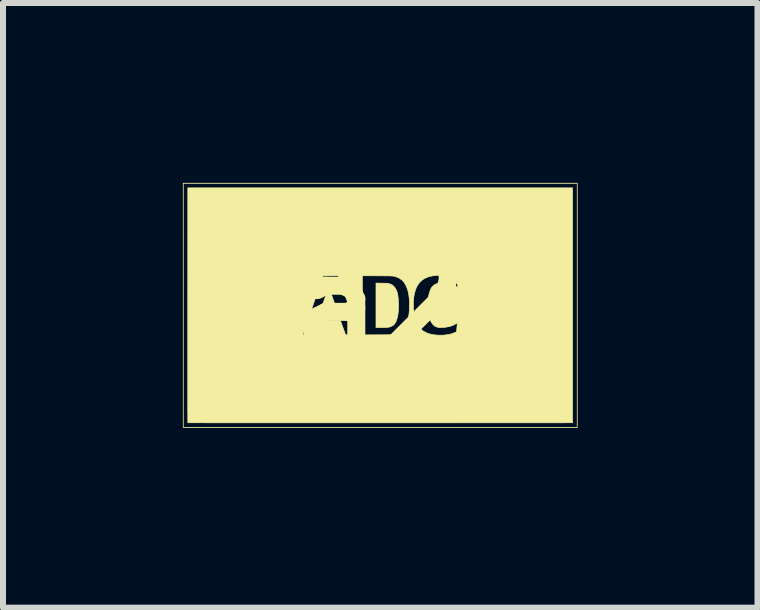
<source format=kicad_pcb>
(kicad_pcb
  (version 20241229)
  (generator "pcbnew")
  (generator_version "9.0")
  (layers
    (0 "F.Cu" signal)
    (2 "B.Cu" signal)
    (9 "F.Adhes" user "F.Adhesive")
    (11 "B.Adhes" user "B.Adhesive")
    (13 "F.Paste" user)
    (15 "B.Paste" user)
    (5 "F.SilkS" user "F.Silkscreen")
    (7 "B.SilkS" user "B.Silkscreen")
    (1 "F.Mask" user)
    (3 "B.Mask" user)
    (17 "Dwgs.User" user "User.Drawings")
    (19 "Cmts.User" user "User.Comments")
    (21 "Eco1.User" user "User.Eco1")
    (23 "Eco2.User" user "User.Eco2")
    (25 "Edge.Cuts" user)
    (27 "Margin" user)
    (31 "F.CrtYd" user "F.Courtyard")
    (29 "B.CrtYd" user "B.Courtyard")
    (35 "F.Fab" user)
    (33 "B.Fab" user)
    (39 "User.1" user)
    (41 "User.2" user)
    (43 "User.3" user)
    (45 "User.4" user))
  (footprint "a2"
    (layer "F.Cu")
    (at 3.291 2.042)
    (property "Reference" "a2" (at 0 0 0) (layer "F.SilkS") (effects (font (size 1.524 1.524) (thickness 0.3))))
    (attr through_hole)
    (fp_poly (pts (xy 3.286 2.037) (xy -3.286 2.037) (xy -3.286 -2.034) (xy -3.284 -2.034) (xy -3.284 2.034) (xy 3.284 2.034) (xy 3.284 -2.034) (xy -3.284 -2.034) (xy -3.286 -2.034) (xy -3.286 -2.037) (xy 3.286 -2.037) (xy 3.286 2.037)) (stroke (width 0.01) (type solid)) (fill yes) (layer "F.SilkS"))
    (fp_poly (pts (xy 0.026 -0.37) (xy 0.052 -0.37) (xy 0.074 -0.369) (xy 0.091 -0.369) (xy 0.105 -0.369) (xy 0.116 -0.368) (xy 0.125 -0.367) (xy 0.132 -0.366) (xy 0.138 -0.365) (xy 0.14 -0.365) (xy 0.161 -0.358) (xy 0.182 -0.35) (xy 0.199 -0.341) (xy 0.202 -0.339) (xy 0.221 -0.323) (xy 0.239 -0.303) (xy 0.255 -0.28) (xy 0.269 -0.254) (xy 0.281 -0.225) (xy 0.289 -0.195) (xy 0.291 -0.184) (xy 0.297 -0.142) (xy 0.302 -0.098) (xy 0.305 -0.052) (xy 0.306 -0.005) (xy 0.305 0.041) (xy 0.303 0.086) (xy 0.299 0.129) (xy 0.293 0.168) (xy 0.288 0.193) (xy 0.279 0.227) (xy 0.269 0.257) (xy 0.257 0.283) (xy 0.243 0.305) (xy 0.228 0.323) (xy 0.21 0.338) (xy 0.19 0.349) (xy 0.188 0.35) (xy 0.177 0.355) (xy 0.166 0.359) (xy 0.154 0.362) (xy 0.142 0.365) (xy 0.128 0.367) (xy 0.111 0.369) (xy 0.092 0.37) (xy 0.069 0.37) (xy 0.042 0.371) (xy 0.012 0.371) (xy -0.071 0.371) (xy -0.071 -0.371) (xy 0.026 -0.37)) (stroke (width 0.01) (type solid)) (fill yes) (layer "F.SilkS"))
    (fp_poly (pts (xy -0.857 -0.3) (xy -0.855 -0.293) (xy -0.851 -0.282) (xy -0.845 -0.268) (xy -0.839 -0.25) (xy -0.832 -0.23) (xy -0.824 -0.208) (xy -0.815 -0.183) (xy -0.806 -0.157) (xy -0.796 -0.131) (xy -0.786 -0.104) (xy -0.777 -0.076) (xy -0.767 -0.049) (xy -0.758 -0.023) (xy -0.749 0.002) (xy -0.741 0.026) (xy -0.733 0.047) (xy -0.726 0.067) (xy -0.721 0.083) (xy -0.716 0.096) (xy -0.713 0.105) (xy -0.711 0.11) (xy -0.711 0.111) (xy -0.713 0.112) (xy -0.717 0.113) (xy -0.726 0.113) (xy -0.738 0.113) (xy -0.753 0.114) (xy -0.773 0.114) (xy -0.798 0.114) (xy -0.827 0.114) (xy -0.857 0.114) (xy -1.004 0.114) (xy -1.002 0.109) (xy -0.999 0.1) (xy -0.995 0.088) (xy -0.99 0.073) (xy -0.984 0.054) (xy -0.976 0.033) (xy -0.969 0.01) (xy -0.96 -0.015) (xy -0.951 -0.041) (xy -0.942 -0.067) (xy -0.932 -0.095) (xy -0.923 -0.122) (xy -0.913 -0.149) (xy -0.904 -0.175) (xy -0.896 -0.2) (xy -0.888 -0.223) (xy -0.88 -0.244) (xy -0.874 -0.262) (xy -0.868 -0.278) (xy -0.863 -0.29) (xy -0.86 -0.298) (xy -0.859 -0.303) (xy -0.858 -0.303) (xy -0.857 -0.3)) (stroke (width 0.01) (type solid)) (fill yes) (layer "F.SilkS"))
    (fp_poly (pts (xy 3.209 1.959) (xy 0.001 1.96) (xy -0.158 1.96) (xy -0.312 1.96) (xy -0.461 1.96) (xy -0.606 1.96) (xy -0.745 1.96) (xy -0.88 1.96) (xy -1.01 1.96) (xy -1.135 1.96) (xy -1.256 1.96) (xy -1.372 1.96) (xy -1.485 1.96) (xy -1.592 1.96) (xy -1.696 1.96) (xy -1.795 1.96) (xy -1.891 1.96) (xy -1.982 1.96) (xy -2.069 1.96) (xy -2.153 1.96) (xy -2.233 1.96) (xy -2.309 1.96) (xy -2.381 1.96) (xy -2.45 1.96) (xy -2.515 1.96) (xy -2.576 1.96) (xy -2.635 1.96) (xy -2.69 1.96) (xy -2.742 1.96) (xy -2.79 1.96) (xy -2.836 1.96) (xy -2.879 1.96) (xy -2.918 1.959) (xy -2.955 1.959) (xy -2.989 1.959) (xy -3.02 1.959) (xy -3.049 1.959) (xy -3.074 1.959) (xy -3.098 1.959) (xy -3.119 1.959) (xy -3.137 1.959) (xy -3.154 1.959) (xy -3.168 1.958) (xy -3.179 1.958) (xy -3.189 1.958) (xy -3.197 1.958) (xy -3.203 1.958) (xy -3.207 1.958) (xy -3.209 1.958) (xy -3.209 1.958) (xy -3.209 1.955) (xy -3.209 1.947) (xy -3.209 1.935) (xy -3.209 1.918) (xy -3.209 1.896) (xy -3.209 1.87) (xy -3.209 1.839) (xy -3.209 1.804) (xy -3.21 1.765) (xy -3.21 1.722) (xy -3.21 1.676) (xy -3.21 1.625) (xy -3.21 1.571) (xy -3.21 1.514) (xy -3.21 1.453) (xy -3.21 1.389) (xy -3.21 1.321) (xy -3.21 1.251) (xy -3.21 1.178) (xy -3.21 1.102) (xy -3.21 1.024) (xy -3.21 0.943) (xy -3.21 0.859) (xy -3.21 0.774) (xy -3.21 0.686) (xy -3.21 0.596) (xy -3.21 0.504) (xy -3.21 0.493) (xy -0.297 0.493) (xy -0.058 0.492) (xy -0.016 0.492) (xy 0.02 0.492) (xy 0.052 0.491) (xy 0.08 0.491) (xy 0.105 0.491) (xy 0.126 0.491) (xy 0.143 0.49) (xy 0.158 0.49) (xy 0.171 0.49) (xy 0.181 0.489) (xy 0.189 0.489) (xy 0.196 0.488) (xy 0.202 0.488) (xy 0.207 0.487) (xy 0.236 0.481) (xy 0.264 0.473) (xy 0.29 0.464) (xy 0.296 0.461) (xy 0.32 0.448) (xy 0.344 0.432) (xy 0.368 0.412) (xy 0.389 0.392) (xy 0.406 0.37) (xy 0.411 0.364) (xy 0.428 0.335) (xy 0.443 0.301) (xy 0.457 0.262) (xy 0.467 0.22) (xy 0.476 0.173) (xy 0.482 0.123) (xy 0.486 0.069) (xy 0.488 0.011) (xy 0.488 -0.028) (xy 0.553 -0.028) (xy 0.553 -0.002) (xy 0.554 0.024) (xy 0.555 0.049) (xy 0.557 0.073) (xy 0.558 0.093) (xy 0.559 0.096) (xy 0.566 0.15) (xy 0.577 0.199) (xy 0.589 0.244) (xy 0.604 0.285) (xy 0.622 0.322) (xy 0.643 0.355) (xy 0.666 0.384) (xy 0.692 0.409) (xy 0.721 0.43) (xy 0.721 0.431) (xy 0.756 0.45) (xy 0.795 0.467) (xy 0.837 0.48) (xy 0.882 0.489) (xy 0.93 0.495) (xy 0.982 0.498) (xy 1.036 0.498) (xy 1.076 0.495) (xy 1.121 0.489) (xy 1.165 0.481) (xy 1.186 0.475) (xy 1.205 0.469) (xy 1.224 0.462) (xy 1.24 0.456) (xy 1.253 0.451) (xy 1.262 0.446) (xy 1.266 0.444) (xy 1.273 0.438) (xy 1.279 0.368) (xy 1.281 0.35) (xy 1.282 0.333) (xy 1.283 0.318) (xy 1.284 0.307) (xy 1.285 0.299) (xy 1.285 0.295) (xy 1.285 0.295) (xy 1.283 0.295) (xy 1.278 0.297) (xy 1.271 0.302) (xy 1.27 0.303) (xy 1.247 0.316) (xy 1.225 0.328) (xy 1.202 0.338) (xy 1.176 0.347) (xy 1.146 0.355) (xy 1.143 0.355) (xy 1.116 0.361) (xy 1.088 0.366) (xy 1.061 0.369) (xy 1.034 0.371) (xy 1.008 0.372) (xy 0.986 0.371) (xy 0.967 0.368) (xy 0.957 0.366) (xy 0.931 0.357) (xy 0.908 0.346) (xy 0.889 0.33) (xy 0.871 0.311) (xy 0.862 0.298) (xy 0.843 0.266) (xy 0.828 0.23) (xy 0.817 0.191) (xy 0.812 0.162) (xy 0.808 0.135) (xy 0.805 0.105) (xy 0.803 0.073) (xy 0.801 0.04) (xy 0.8 0.007) (xy 0.799 -0.025) (xy 0.799 -0.056) (xy 0.8 -0.084) (xy 0.802 -0.109) (xy 0.804 -0.127) (xy 0.81 -0.169) (xy 0.819 -0.206) (xy 0.829 -0.239) (xy 0.84 -0.267) (xy 0.853 -0.292) (xy 0.868 -0.312) (xy 0.875 -0.319) (xy 0.894 -0.335) (xy 0.913 -0.348) (xy 0.935 -0.358) (xy 0.96 -0.365) (xy 0.979 -0.369) (xy 1.005 -0.372) (xy 1.034 -0.373) (xy 1.066 -0.372) (xy 1.098 -0.369) (xy 1.129 -0.364) (xy 1.159 -0.358) (xy 1.184 -0.351) (xy 1.196 -0.346) (xy 1.21 -0.341) (xy 1.226 -0.334) (xy 1.242 -0.326) (xy 1.258 -0.319) (xy 1.272 -0.312) (xy 1.282 -0.307) (xy 1.284 -0.306) (xy 1.291 -0.302) (xy 1.295 -0.3) (xy 1.297 -0.3) (xy 1.296 -0.303) (xy 1.295 -0.31) (xy 1.292 -0.32) (xy 1.289 -0.334) (xy 1.285 -0.351) (xy 1.28 -0.369) (xy 1.277 -0.381) (xy 1.271 -0.403) (xy 1.266 -0.421) (xy 1.262 -0.435) (xy 1.259 -0.445) (xy 1.257 -0.453) (xy 1.255 -0.458) (xy 1.253 -0.461) (xy 1.251 -0.463) (xy 1.249 -0.464) (xy 1.244 -0.466) (xy 1.234 -0.469) (xy 1.221 -0.472) (xy 1.206 -0.475) (xy 1.19 -0.479) (xy 1.173 -0.482) (xy 1.156 -0.486) (xy 1.141 -0.488) (xy 1.128 -0.49) (xy 1.123 -0.491) (xy 1.068 -0.497) (xy 1.015 -0.5) (xy 0.963 -0.499) (xy 0.914 -0.496) (xy 0.868 -0.49) (xy 0.844 -0.485) (xy 0.802 -0.474) (xy 0.764 -0.459) (xy 0.728 -0.441) (xy 0.697 -0.418) (xy 0.668 -0.392) (xy 0.643 -0.363) (xy 0.62 -0.329) (xy 0.601 -0.292) (xy 0.586 -0.25) (xy 0.573 -0.205) (xy 0.563 -0.156) (xy 0.556 -0.102) (xy 0.554 -0.07) (xy 0.553 -0.051) (xy 0.553 -0.028) (xy 0.488 -0.028) (xy 0.487 -0.049) (xy 0.487 -0.055) (xy 0.484 -0.114) (xy 0.477 -0.169) (xy 0.467 -0.22) (xy 0.454 -0.267) (xy 0.438 -0.31) (xy 0.418 -0.35) (xy 0.405 -0.371) (xy 0.385 -0.397) (xy 0.361 -0.422) (xy 0.333 -0.442) (xy 0.303 -0.46) (xy 0.27 -0.473) (xy 0.262 -0.476) (xy 0.254 -0.478) (xy 0.246 -0.48) (xy 0.239 -0.482) (xy 0.233 -0.484) (xy 0.226 -0.485) (xy 0.218 -0.487) (xy 0.21 -0.488) (xy 0.2 -0.489) (xy 0.188 -0.489) (xy 0.175 -0.49) (xy 0.159 -0.49) (xy 0.141 -0.491) (xy 0.119 -0.491) (xy 0.095 -0.491) (xy 0.066 -0.491) (xy 0.034 -0.492) (xy -0.003 -0.492) (xy -0.044 -0.492) (xy -0.05 -0.492) (xy -0.297 -0.493) (xy -0.297 0.493) (xy -3.21 0.493) (xy -3.21 0.491) (xy -1.293 0.491) (xy -1.29 0.491) (xy -1.283 0.492) (xy -1.273 0.492) (xy -1.259 0.492) (xy -1.242 0.493) (xy -1.224 0.493) (xy -1.216 0.493) (xy -1.139 0.493) (xy -1.058 0.257) (xy -0.861 0.257) (xy -0.663 0.257) (xy -0.649 0.295) (xy -0.645 0.308) (xy -0.639 0.324) (xy -0.632 0.343) (xy -0.624 0.363) (xy -0.616 0.385) (xy -0.608 0.406) (xy -0.606 0.413) (xy -0.577 0.491) (xy -0.465 0.492) (xy -0.436 0.492) (xy -0.411 0.492) (xy -0.391 0.492) (xy -0.375 0.492) (xy -0.364 0.492) (xy -0.357 0.491) (xy -0.353 0.49) (xy -0.353 0.49) (xy -0.354 0.487) (xy -0.356 0.48) (xy -0.36 0.469) (xy -0.366 0.453) (xy -0.373 0.434) (xy -0.381 0.41) (xy -0.39 0.384) (xy -0.4 0.354) (xy -0.412 0.321) (xy -0.424 0.286) (xy -0.438 0.248) (xy -0.452 0.208) (xy -0.467 0.166) (xy -0.482 0.122) (xy -0.498 0.076) (xy -0.515 0.029) (xy -0.521 0.012) (xy -0.538 -0.036) (xy -0.554 -0.082) (xy -0.57 -0.127) (xy -0.585 -0.171) (xy -0.6 -0.212) (xy -0.614 -0.251) (xy -0.627 -0.289) (xy -0.639 -0.323) (xy -0.65 -0.355) (xy -0.661 -0.383) (xy -0.669 -0.409) (xy -0.677 -0.43) (xy -0.683 -0.448) (xy -0.688 -0.462) (xy -0.692 -0.472) (xy -0.694 -0.477) (xy -0.694 -0.478) (xy -0.699 -0.493) (xy -0.825 -0.492) (xy -0.951 -0.491) (xy -1.122 -0.001) (xy -1.139 0.047) (xy -1.155 0.094) (xy -1.171 0.139) (xy -1.186 0.183) (xy -1.2 0.224) (xy -1.214 0.264) (xy -1.227 0.301) (xy -1.239 0.336) (xy -1.25 0.367) (xy -1.26 0.396) (xy -1.269 0.421) (xy -1.276 0.443) (xy -1.282 0.461) (xy -1.287 0.475) (xy -1.29 0.484) (xy -1.292 0.49) (xy -1.293 0.491) (xy -3.21 0.491) (xy -3.21 0.411) (xy -3.21 0.316) (xy -3.21 0.219) (xy -3.21 0.121) (xy -3.21 0.022) (xy -3.21 -0.003) (xy -3.209 -1.959) (xy 3.209 -1.959) (xy 3.209 1.959)) (stroke (width 0.01) (type solid)) (fill yes) (layer "F.SilkS")))
  (gr_rect
    (start -3 -3)
    (end 9.583 7.084)
    (stroke (width 0.1) (type default))
    (fill no)
    (layer "Edge.Cuts")))
</source>
